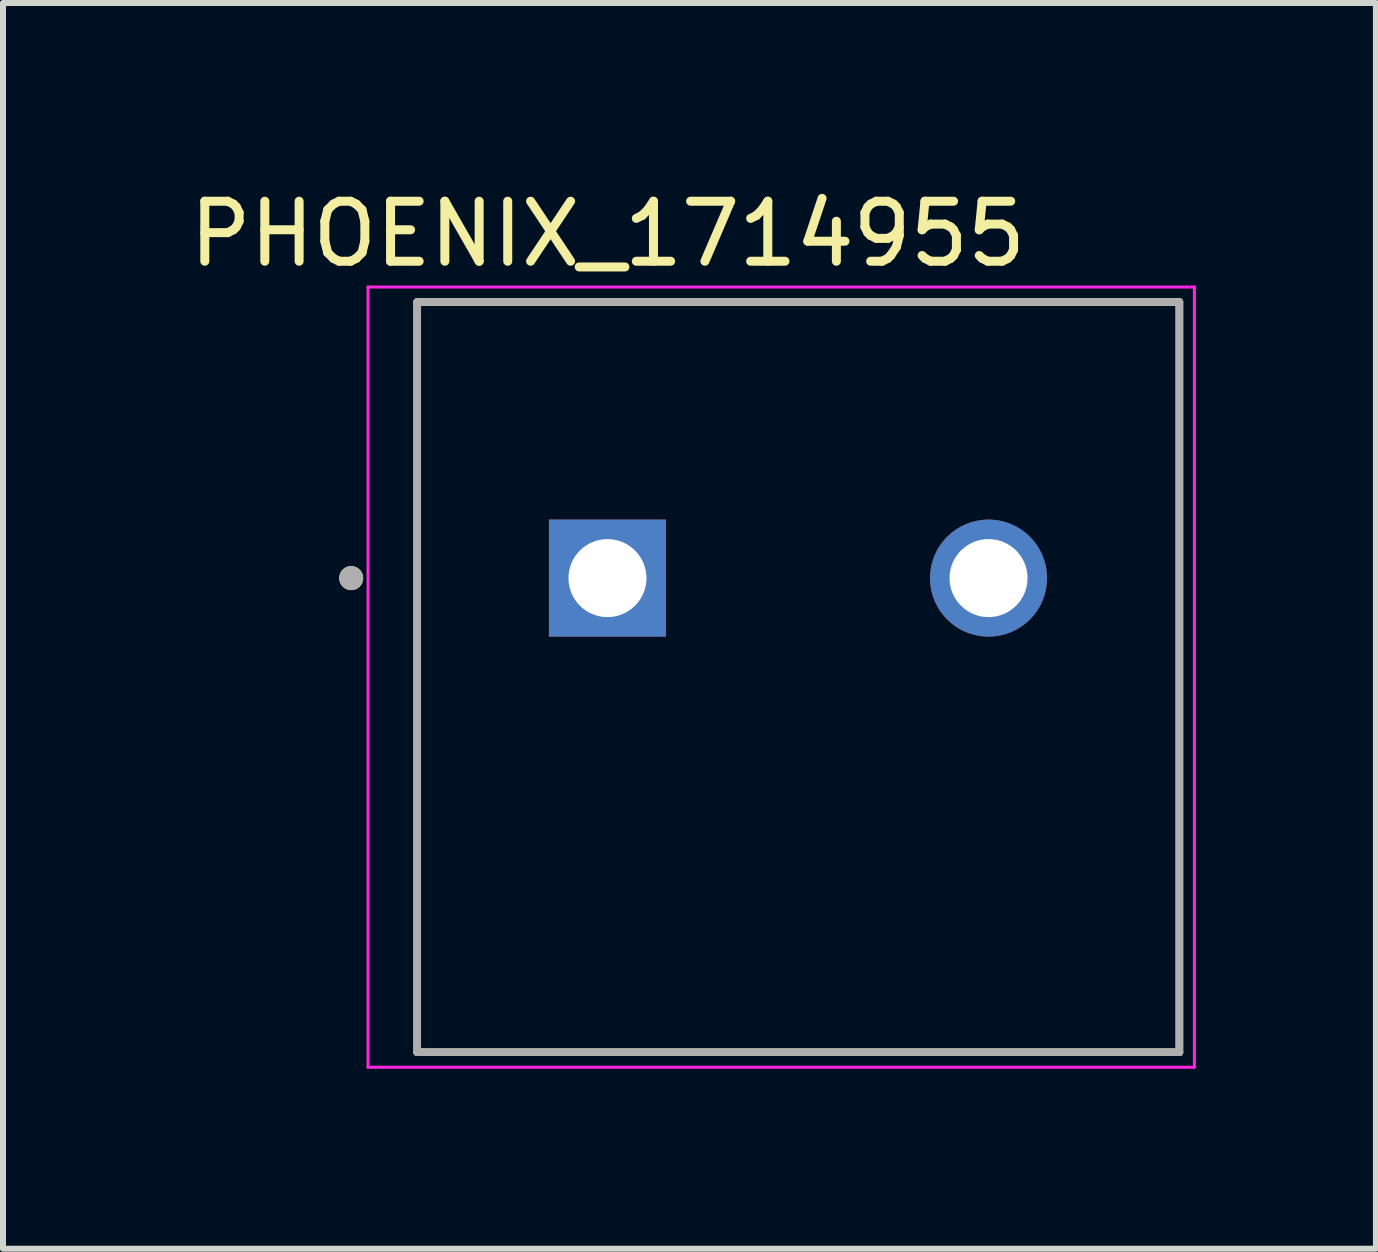
<source format=kicad_pcb>
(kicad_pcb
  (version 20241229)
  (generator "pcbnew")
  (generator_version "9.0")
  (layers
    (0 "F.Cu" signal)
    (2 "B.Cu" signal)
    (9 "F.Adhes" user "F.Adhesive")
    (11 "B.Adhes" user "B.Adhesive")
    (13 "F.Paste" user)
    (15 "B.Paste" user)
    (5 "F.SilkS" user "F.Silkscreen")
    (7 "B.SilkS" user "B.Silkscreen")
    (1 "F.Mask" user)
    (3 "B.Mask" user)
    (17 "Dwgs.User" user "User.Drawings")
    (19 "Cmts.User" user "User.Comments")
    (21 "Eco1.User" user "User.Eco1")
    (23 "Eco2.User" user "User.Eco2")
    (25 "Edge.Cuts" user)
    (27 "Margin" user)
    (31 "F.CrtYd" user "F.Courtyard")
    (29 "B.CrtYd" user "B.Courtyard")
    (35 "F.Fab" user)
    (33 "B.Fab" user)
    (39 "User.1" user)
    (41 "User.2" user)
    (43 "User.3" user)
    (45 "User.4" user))
  (footprint "PHOENIX_1714955"
    (layer "F.Cu")
    (at 3.902 14.483)
    (property "Reference" "PHOENIX_1714955" (at 3.175 -13.635 0) (layer "F.SilkS") (effects (font (size 1 1) (thickness 0.15))))
    (attr through_hole)
    (fp_line (start 0 -12.5) (end 0 0) (stroke (width 0.127) (type solid)) (layer "F.SilkS"))
    (fp_line (start 0 0) (end 12.7 0) (stroke (width 0.127) (type solid)) (layer "F.SilkS"))
    (fp_line (start 12.7 -12.5) (end 0 -12.5) (stroke (width 0.127) (type solid)) (layer "F.SilkS"))
    (fp_line (start 12.7 0) (end 12.7 -12.5) (stroke (width 0.127) (type solid)) (layer "F.SilkS"))
    (fp_circle (center -1.1 -7.9) (end -1 -7.9) (stroke (width 0.2) (type solid)) (fill no) (layer "F.SilkS"))
    (fp_line (start -0.82 -12.75) (end -0.82 0.25) (stroke (width 0.05) (type solid)) (layer "F.CrtYd"))
    (fp_line (start -0.82 0.25) (end 12.95 0.25) (stroke (width 0.05) (type solid)) (layer "F.CrtYd"))
    (fp_line (start 12.95 -12.75) (end -0.82 -12.75) (stroke (width 0.05) (type solid)) (layer "F.CrtYd"))
    (fp_line (start 12.95 0.25) (end 12.95 -12.75) (stroke (width 0.05) (type solid)) (layer "F.CrtYd"))
    (fp_line (start 0 -12.5) (end 0 0) (stroke (width 0.127) (type solid)) (layer "F.Fab"))
    (fp_line (start 0 0) (end 12.7 0) (stroke (width 0.127) (type solid)) (layer "F.Fab"))
    (fp_line (start 12.7 -12.5) (end 0 -12.5) (stroke (width 0.127) (type solid)) (layer "F.Fab"))
    (fp_line (start 12.7 0) (end 12.7 -12.5) (stroke (width 0.127) (type solid)) (layer "F.Fab"))
    (fp_circle (center -1.1 -7.9) (end -1 -7.9) (stroke (width 0.2) (type solid)) (fill no) (layer "F.Fab"))
    (pad "1" thru_hole rect (at 3.17 -7.9) (size 1.95 1.95) (drill 1.3) (layers "*.Cu" "*.Mask"))
    (pad "2" thru_hole circle (at 9.52 -7.9) (size 1.95 1.95) (drill 1.3) (layers "*.Cu" "*.Mask")))
  (gr_rect
    (start -3 -3)
    (end 19.877 17.758)
    (stroke (width 0.1) (type default))
    (fill no)
    (layer "Edge.Cuts")))
</source>
